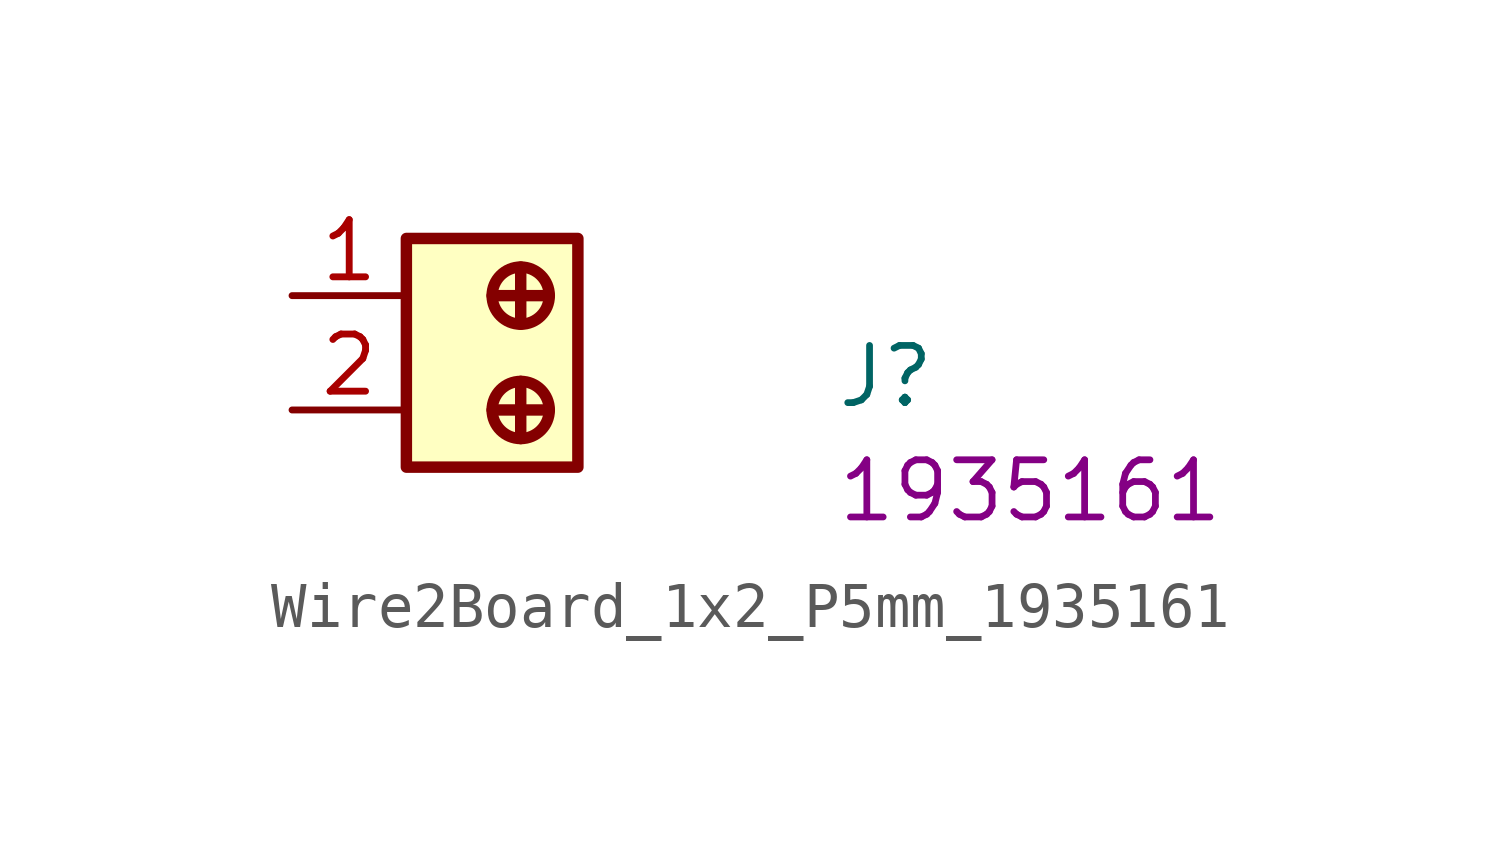
<source format=kicad_sym>
(kicad_symbol_lib
  (version 20220914)
  (generator kicad_symbol_editor)
  (symbol "Wire2Board_1x2_P5mm_1935161"
    (property "Reference" "J"
      (at 12.065 -2.54 0)
      (effects (font (size 1.27 1.27) (thickness 0.15)) (justify left bottom)))
    (property "MPN" "1935161"
      (at 12.065 -5.08 0)
      (effects (font (size 1.27 1.27) (thickness 0.15)) (justify left bottom)))
    (symbol "Wire2Board_1x2_P5mm_1935161_1_1"
      (polyline (pts (xy 4.445 -2.54) (xy 5.715 -2.54)) (stroke (width 0.254) (type default)) (fill (type background)))
      (polyline (pts (xy 4.445 0) (xy 5.715 0)) (stroke (width 0.254) (type default)) (fill (type background)))
      (polyline (pts (xy 5.08 -1.905) (xy 5.08 -3.175)) (stroke (width 0.254) (type default)) (fill (type background)))
      (polyline (pts (xy 5.08 -0.635) (xy 5.08 0.635)) (stroke (width 0.254) (type default)) (fill (type background)))
      (circle (center 5.08 -2.54) (radius 0.635) (stroke (width 0.254) (type default)) (fill (type background)))
      (circle (center 5.08 0) (radius 0.635) (stroke (width 0.254) (type default)) (fill (type background)))
      (rectangle (start 6.35 -3.81) (end 2.54 1.27) (stroke (width 0.254) (type default)) (fill (type background)))
      (pin passive line (at 0 0 0) (length 2.54) (name "~" (effects (font (size 1.27 1.27)))) (number "1" (effects (font (size 1.27 1.27)))))
      (pin passive line (at 0 -2.54 0) (length 2.54) (name "~" (effects (font (size 1.27 1.27)))) (number "2" (effects (font (size 1.27 1.27))))))))
</source>
